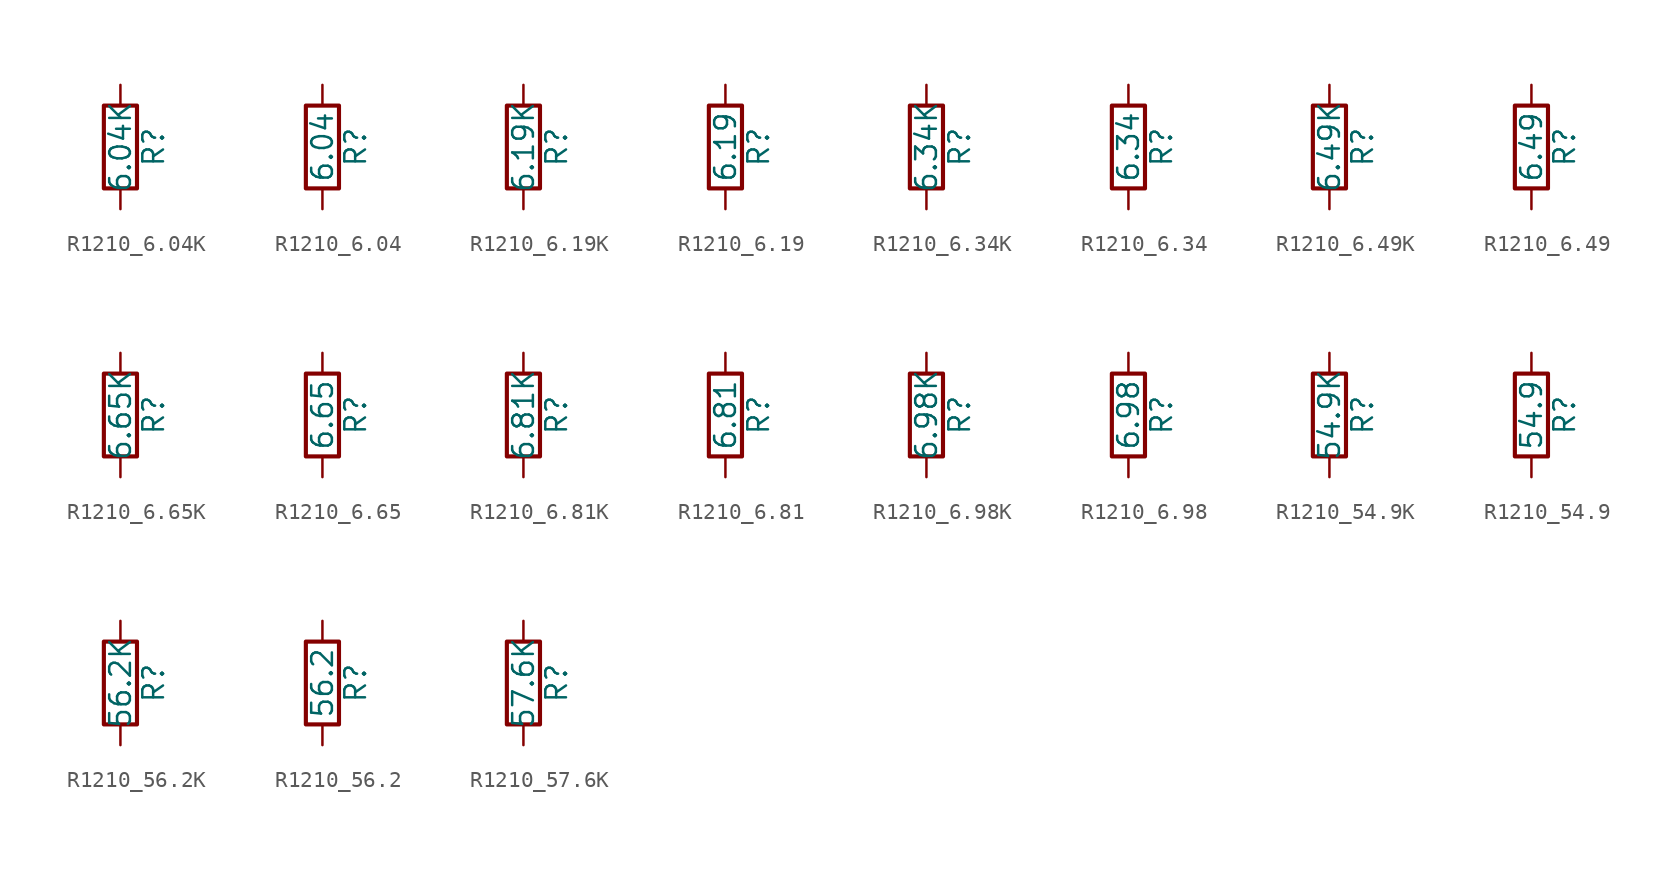
<source format=kicad_sym>
(kicad_symbol_lib
  (version 20211014)
  (generator atlantix-eda)
  (symbol "R1210_6.04K"
    (pin_numbers hide)
    (pin_names
      (offset 0))
    (property "Reference" "R"
      (at 2.032 0 90)
      (effects (font (size 1.27 1.27))))
    (property "Value" "6.04K"
      (at 0 0 90)
      (effects (font (size 1.27 1.27))))
    (symbol "R1210_6.04K_0_1"
      (rectangle (start -1.016 -2.54) (end 1.016 2.54) (stroke (width 0.254) (type default) (color 0 0 0 0)) (fill (type none))))
    (symbol "R1210_6.04K_1_1"
      (pin passive line (at 0 3.81 270) (length 1.27) (name "~" (effects (font (size 1.27 1.27)))) (number "1" (effects (font (size 1.27 1.27)))))
      (pin passive line (at 0 -3.81 90) (length 1.27) (name "~" (effects (font (size 1.27 1.27)))) (number "2" (effects (font (size 1.27 1.27)))))))
  (symbol "R1210_6.04"
    (pin_numbers hide)
    (pin_names
      (offset 0))
    (property "Reference" "R"
      (at 2.032 0 90)
      (effects (font (size 1.27 1.27))))
    (property "Value" "6.04"
      (at 0 0 90)
      (effects (font (size 1.27 1.27))))
    (symbol "R1210_6.04_0_1"
      (rectangle (start -1.016 -2.54) (end 1.016 2.54) (stroke (width 0.254) (type default) (color 0 0 0 0)) (fill (type none))))
    (symbol "R1210_6.04_1_1"
      (pin passive line (at 0 3.81 270) (length 1.27) (name "~" (effects (font (size 1.27 1.27)))) (number "1" (effects (font (size 1.27 1.27)))))
      (pin passive line (at 0 -3.81 90) (length 1.27) (name "~" (effects (font (size 1.27 1.27)))) (number "2" (effects (font (size 1.27 1.27)))))))
  (symbol "R1210_6.19K"
    (pin_numbers hide)
    (pin_names
      (offset 0))
    (property "Reference" "R"
      (at 2.032 0 90)
      (effects (font (size 1.27 1.27))))
    (property "Value" "6.19K"
      (at 0 0 90)
      (effects (font (size 1.27 1.27))))
    (symbol "R1210_6.19K_0_1"
      (rectangle (start -1.016 -2.54) (end 1.016 2.54) (stroke (width 0.254) (type default) (color 0 0 0 0)) (fill (type none))))
    (symbol "R1210_6.19K_1_1"
      (pin passive line (at 0 3.81 270) (length 1.27) (name "~" (effects (font (size 1.27 1.27)))) (number "1" (effects (font (size 1.27 1.27)))))
      (pin passive line (at 0 -3.81 90) (length 1.27) (name "~" (effects (font (size 1.27 1.27)))) (number "2" (effects (font (size 1.27 1.27)))))))
  (symbol "R1210_6.19"
    (pin_numbers hide)
    (pin_names
      (offset 0))
    (property "Reference" "R"
      (at 2.032 0 90)
      (effects (font (size 1.27 1.27))))
    (property "Value" "6.19"
      (at 0 0 90)
      (effects (font (size 1.27 1.27))))
    (symbol "R1210_6.19_0_1"
      (rectangle (start -1.016 -2.54) (end 1.016 2.54) (stroke (width 0.254) (type default) (color 0 0 0 0)) (fill (type none))))
    (symbol "R1210_6.19_1_1"
      (pin passive line (at 0 3.81 270) (length 1.27) (name "~" (effects (font (size 1.27 1.27)))) (number "1" (effects (font (size 1.27 1.27)))))
      (pin passive line (at 0 -3.81 90) (length 1.27) (name "~" (effects (font (size 1.27 1.27)))) (number "2" (effects (font (size 1.27 1.27)))))))
  (symbol "R1210_6.34K"
    (pin_numbers hide)
    (pin_names
      (offset 0))
    (property "Reference" "R"
      (at 2.032 0 90)
      (effects (font (size 1.27 1.27))))
    (property "Value" "6.34K"
      (at 0 0 90)
      (effects (font (size 1.27 1.27))))
    (symbol "R1210_6.34K_0_1"
      (rectangle (start -1.016 -2.54) (end 1.016 2.54) (stroke (width 0.254) (type default) (color 0 0 0 0)) (fill (type none))))
    (symbol "R1210_6.34K_1_1"
      (pin passive line (at 0 3.81 270) (length 1.27) (name "~" (effects (font (size 1.27 1.27)))) (number "1" (effects (font (size 1.27 1.27)))))
      (pin passive line (at 0 -3.81 90) (length 1.27) (name "~" (effects (font (size 1.27 1.27)))) (number "2" (effects (font (size 1.27 1.27)))))))
  (symbol "R1210_6.34"
    (pin_numbers hide)
    (pin_names
      (offset 0))
    (property "Reference" "R"
      (at 2.032 0 90)
      (effects (font (size 1.27 1.27))))
    (property "Value" "6.34"
      (at 0 0 90)
      (effects (font (size 1.27 1.27))))
    (symbol "R1210_6.34_0_1"
      (rectangle (start -1.016 -2.54) (end 1.016 2.54) (stroke (width 0.254) (type default) (color 0 0 0 0)) (fill (type none))))
    (symbol "R1210_6.34_1_1"
      (pin passive line (at 0 3.81 270) (length 1.27) (name "~" (effects (font (size 1.27 1.27)))) (number "1" (effects (font (size 1.27 1.27)))))
      (pin passive line (at 0 -3.81 90) (length 1.27) (name "~" (effects (font (size 1.27 1.27)))) (number "2" (effects (font (size 1.27 1.27)))))))
  (symbol "R1210_6.49K"
    (pin_numbers hide)
    (pin_names
      (offset 0))
    (property "Reference" "R"
      (at 2.032 0 90)
      (effects (font (size 1.27 1.27))))
    (property "Value" "6.49K"
      (at 0 0 90)
      (effects (font (size 1.27 1.27))))
    (symbol "R1210_6.49K_0_1"
      (rectangle (start -1.016 -2.54) (end 1.016 2.54) (stroke (width 0.254) (type default) (color 0 0 0 0)) (fill (type none))))
    (symbol "R1210_6.49K_1_1"
      (pin passive line (at 0 3.81 270) (length 1.27) (name "~" (effects (font (size 1.27 1.27)))) (number "1" (effects (font (size 1.27 1.27)))))
      (pin passive line (at 0 -3.81 90) (length 1.27) (name "~" (effects (font (size 1.27 1.27)))) (number "2" (effects (font (size 1.27 1.27)))))))
  (symbol "R1210_6.49"
    (pin_numbers hide)
    (pin_names
      (offset 0))
    (property "Reference" "R"
      (at 2.032 0 90)
      (effects (font (size 1.27 1.27))))
    (property "Value" "6.49"
      (at 0 0 90)
      (effects (font (size 1.27 1.27))))
    (symbol "R1210_6.49_0_1"
      (rectangle (start -1.016 -2.54) (end 1.016 2.54) (stroke (width 0.254) (type default) (color 0 0 0 0)) (fill (type none))))
    (symbol "R1210_6.49_1_1"
      (pin passive line (at 0 3.81 270) (length 1.27) (name "~" (effects (font (size 1.27 1.27)))) (number "1" (effects (font (size 1.27 1.27)))))
      (pin passive line (at 0 -3.81 90) (length 1.27) (name "~" (effects (font (size 1.27 1.27)))) (number "2" (effects (font (size 1.27 1.27)))))))
  (symbol "R1210_6.65K"
    (pin_numbers hide)
    (pin_names
      (offset 0))
    (property "Reference" "R"
      (at 2.032 0 90)
      (effects (font (size 1.27 1.27))))
    (property "Value" "6.65K"
      (at 0 0 90)
      (effects (font (size 1.27 1.27))))
    (symbol "R1210_6.65K_0_1"
      (rectangle (start -1.016 -2.54) (end 1.016 2.54) (stroke (width 0.254) (type default) (color 0 0 0 0)) (fill (type none))))
    (symbol "R1210_6.65K_1_1"
      (pin passive line (at 0 3.81 270) (length 1.27) (name "~" (effects (font (size 1.27 1.27)))) (number "1" (effects (font (size 1.27 1.27)))))
      (pin passive line (at 0 -3.81 90) (length 1.27) (name "~" (effects (font (size 1.27 1.27)))) (number "2" (effects (font (size 1.27 1.27)))))))
  (symbol "R1210_6.65"
    (pin_numbers hide)
    (pin_names
      (offset 0))
    (property "Reference" "R"
      (at 2.032 0 90)
      (effects (font (size 1.27 1.27))))
    (property "Value" "6.65"
      (at 0 0 90)
      (effects (font (size 1.27 1.27))))
    (symbol "R1210_6.65_0_1"
      (rectangle (start -1.016 -2.54) (end 1.016 2.54) (stroke (width 0.254) (type default) (color 0 0 0 0)) (fill (type none))))
    (symbol "R1210_6.65_1_1"
      (pin passive line (at 0 3.81 270) (length 1.27) (name "~" (effects (font (size 1.27 1.27)))) (number "1" (effects (font (size 1.27 1.27)))))
      (pin passive line (at 0 -3.81 90) (length 1.27) (name "~" (effects (font (size 1.27 1.27)))) (number "2" (effects (font (size 1.27 1.27)))))))
  (symbol "R1210_6.81K"
    (pin_numbers hide)
    (pin_names
      (offset 0))
    (property "Reference" "R"
      (at 2.032 0 90)
      (effects (font (size 1.27 1.27))))
    (property "Value" "6.81K"
      (at 0 0 90)
      (effects (font (size 1.27 1.27))))
    (symbol "R1210_6.81K_0_1"
      (rectangle (start -1.016 -2.54) (end 1.016 2.54) (stroke (width 0.254) (type default) (color 0 0 0 0)) (fill (type none))))
    (symbol "R1210_6.81K_1_1"
      (pin passive line (at 0 3.81 270) (length 1.27) (name "~" (effects (font (size 1.27 1.27)))) (number "1" (effects (font (size 1.27 1.27)))))
      (pin passive line (at 0 -3.81 90) (length 1.27) (name "~" (effects (font (size 1.27 1.27)))) (number "2" (effects (font (size 1.27 1.27)))))))
  (symbol "R1210_6.81"
    (pin_numbers hide)
    (pin_names
      (offset 0))
    (property "Reference" "R"
      (at 2.032 0 90)
      (effects (font (size 1.27 1.27))))
    (property "Value" "6.81"
      (at 0 0 90)
      (effects (font (size 1.27 1.27))))
    (symbol "R1210_6.81_0_1"
      (rectangle (start -1.016 -2.54) (end 1.016 2.54) (stroke (width 0.254) (type default) (color 0 0 0 0)) (fill (type none))))
    (symbol "R1210_6.81_1_1"
      (pin passive line (at 0 3.81 270) (length 1.27) (name "~" (effects (font (size 1.27 1.27)))) (number "1" (effects (font (size 1.27 1.27)))))
      (pin passive line (at 0 -3.81 90) (length 1.27) (name "~" (effects (font (size 1.27 1.27)))) (number "2" (effects (font (size 1.27 1.27)))))))
  (symbol "R1210_6.98K"
    (pin_numbers hide)
    (pin_names
      (offset 0))
    (property "Reference" "R"
      (at 2.032 0 90)
      (effects (font (size 1.27 1.27))))
    (property "Value" "6.98K"
      (at 0 0 90)
      (effects (font (size 1.27 1.27))))
    (symbol "R1210_6.98K_0_1"
      (rectangle (start -1.016 -2.54) (end 1.016 2.54) (stroke (width 0.254) (type default) (color 0 0 0 0)) (fill (type none))))
    (symbol "R1210_6.98K_1_1"
      (pin passive line (at 0 3.81 270) (length 1.27) (name "~" (effects (font (size 1.27 1.27)))) (number "1" (effects (font (size 1.27 1.27)))))
      (pin passive line (at 0 -3.81 90) (length 1.27) (name "~" (effects (font (size 1.27 1.27)))) (number "2" (effects (font (size 1.27 1.27)))))))
  (symbol "R1210_6.98"
    (pin_numbers hide)
    (pin_names
      (offset 0))
    (property "Reference" "R"
      (at 2.032 0 90)
      (effects (font (size 1.27 1.27))))
    (property "Value" "6.98"
      (at 0 0 90)
      (effects (font (size 1.27 1.27))))
    (symbol "R1210_6.98_0_1"
      (rectangle (start -1.016 -2.54) (end 1.016 2.54) (stroke (width 0.254) (type default) (color 0 0 0 0)) (fill (type none))))
    (symbol "R1210_6.98_1_1"
      (pin passive line (at 0 3.81 270) (length 1.27) (name "~" (effects (font (size 1.27 1.27)))) (number "1" (effects (font (size 1.27 1.27)))))
      (pin passive line (at 0 -3.81 90) (length 1.27) (name "~" (effects (font (size 1.27 1.27)))) (number "2" (effects (font (size 1.27 1.27)))))))
  (symbol "R1210_54.9K"
    (pin_numbers hide)
    (pin_names
      (offset 0))
    (property "Reference" "R"
      (at 2.032 0 90)
      (effects (font (size 1.27 1.27))))
    (property "Value" "54.9K"
      (at 0 0 90)
      (effects (font (size 1.27 1.27))))
    (symbol "R1210_54.9K_0_1"
      (rectangle (start -1.016 -2.54) (end 1.016 2.54) (stroke (width 0.254) (type default) (color 0 0 0 0)) (fill (type none))))
    (symbol "R1210_54.9K_1_1"
      (pin passive line (at 0 3.81 270) (length 1.27) (name "~" (effects (font (size 1.27 1.27)))) (number "1" (effects (font (size 1.27 1.27)))))
      (pin passive line (at 0 -3.81 90) (length 1.27) (name "~" (effects (font (size 1.27 1.27)))) (number "2" (effects (font (size 1.27 1.27)))))))
  (symbol "R1210_54.9"
    (pin_numbers hide)
    (pin_names
      (offset 0))
    (property "Reference" "R"
      (at 2.032 0 90)
      (effects (font (size 1.27 1.27))))
    (property "Value" "54.9"
      (at 0 0 90)
      (effects (font (size 1.27 1.27))))
    (symbol "R1210_54.9_0_1"
      (rectangle (start -1.016 -2.54) (end 1.016 2.54) (stroke (width 0.254) (type default) (color 0 0 0 0)) (fill (type none))))
    (symbol "R1210_54.9_1_1"
      (pin passive line (at 0 3.81 270) (length 1.27) (name "~" (effects (font (size 1.27 1.27)))) (number "1" (effects (font (size 1.27 1.27)))))
      (pin passive line (at 0 -3.81 90) (length 1.27) (name "~" (effects (font (size 1.27 1.27)))) (number "2" (effects (font (size 1.27 1.27)))))))
  (symbol "R1210_56.2K"
    (pin_numbers hide)
    (pin_names
      (offset 0))
    (property "Reference" "R"
      (at 2.032 0 90)
      (effects (font (size 1.27 1.27))))
    (property "Value" "56.2K"
      (at 0 0 90)
      (effects (font (size 1.27 1.27))))
    (symbol "R1210_56.2K_0_1"
      (rectangle (start -1.016 -2.54) (end 1.016 2.54) (stroke (width 0.254) (type default) (color 0 0 0 0)) (fill (type none))))
    (symbol "R1210_56.2K_1_1"
      (pin passive line (at 0 3.81 270) (length 1.27) (name "~" (effects (font (size 1.27 1.27)))) (number "1" (effects (font (size 1.27 1.27)))))
      (pin passive line (at 0 -3.81 90) (length 1.27) (name "~" (effects (font (size 1.27 1.27)))) (number "2" (effects (font (size 1.27 1.27)))))))
  (symbol "R1210_56.2"
    (pin_numbers hide)
    (pin_names
      (offset 0))
    (property "Reference" "R"
      (at 2.032 0 90)
      (effects (font (size 1.27 1.27))))
    (property "Value" "56.2"
      (at 0 0 90)
      (effects (font (size 1.27 1.27))))
    (symbol "R1210_56.2_0_1"
      (rectangle (start -1.016 -2.54) (end 1.016 2.54) (stroke (width 0.254) (type default) (color 0 0 0 0)) (fill (type none))))
    (symbol "R1210_56.2_1_1"
      (pin passive line (at 0 3.81 270) (length 1.27) (name "~" (effects (font (size 1.27 1.27)))) (number "1" (effects (font (size 1.27 1.27)))))
      (pin passive line (at 0 -3.81 90) (length 1.27) (name "~" (effects (font (size 1.27 1.27)))) (number "2" (effects (font (size 1.27 1.27)))))))
  (symbol "R1210_57.6K"
    (pin_numbers hide)
    (pin_names
      (offset 0))
    (property "Reference" "R"
      (at 2.032 0 90)
      (effects (font (size 1.27 1.27))))
    (property "Value" "57.6K"
      (at 0 0 90)
      (effects (font (size 1.27 1.27))))
    (symbol "R1210_57.6K_0_1"
      (rectangle (start -1.016 -2.54) (end 1.016 2.54) (stroke (width 0.254) (type default) (color 0 0 0 0)) (fill (type none))))
    (symbol "R1210_57.6K_1_1"
      (pin passive line (at 0 3.81 270) (length 1.27) (name "~" (effects (font (size 1.27 1.27)))) (number "1" (effects (font (size 1.27 1.27)))))
      (pin passive line (at 0 -3.81 90) (length 1.27) (name "~" (effects (font (size 1.27 1.27)))) (number "2" (effects (font (size 1.27 1.27))))))))
</source>
